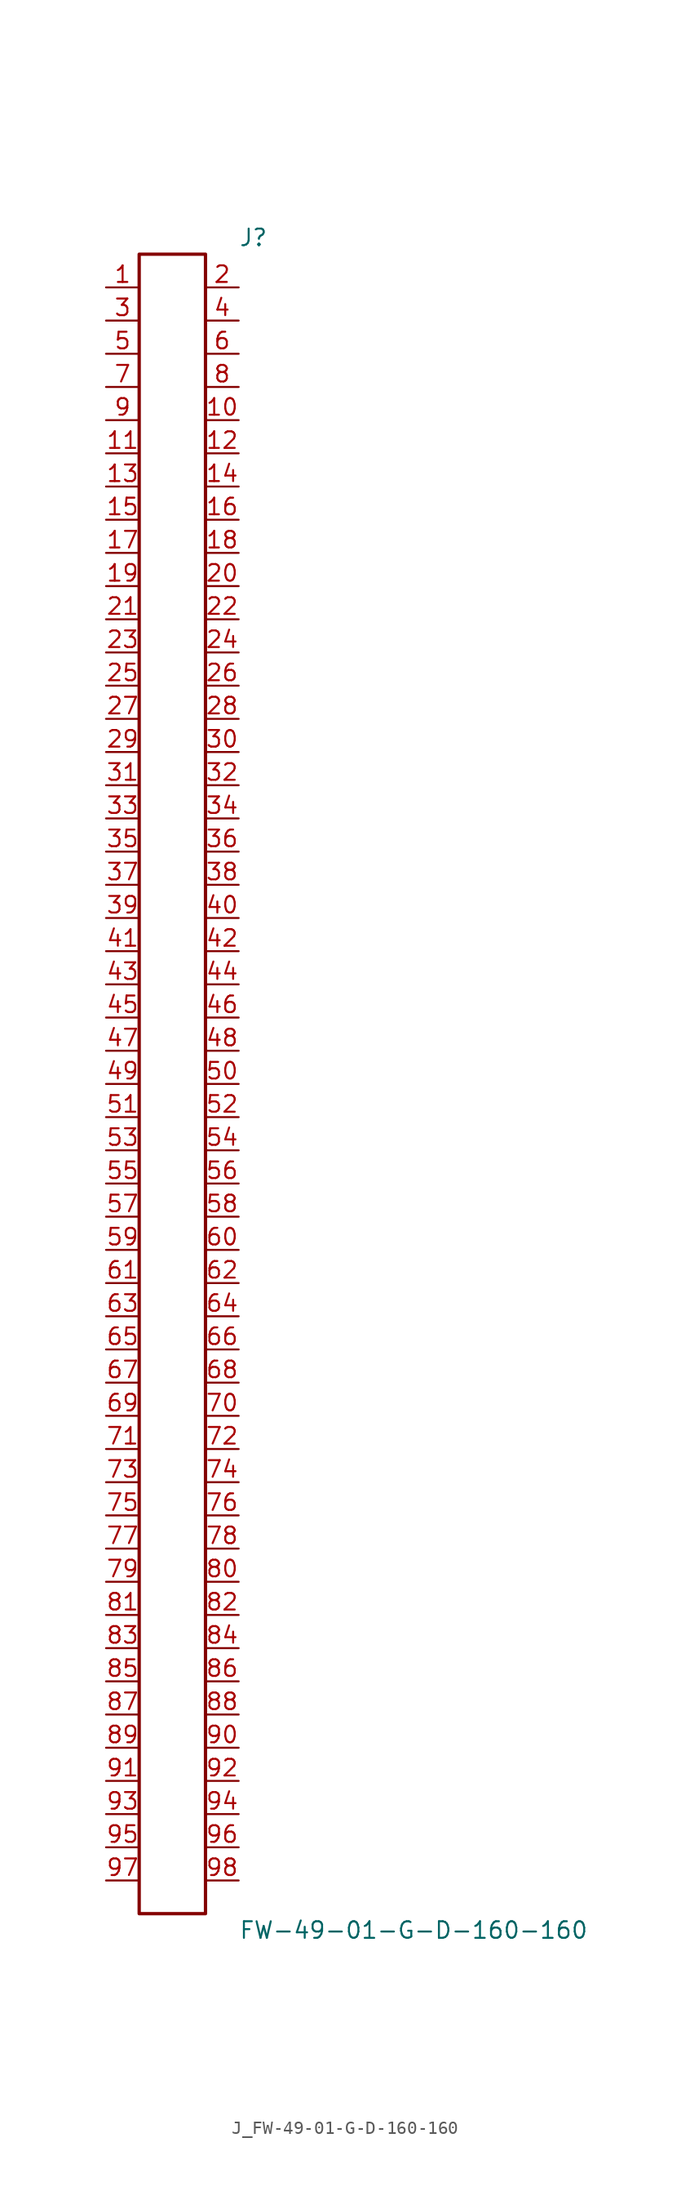
<source format=kicad_sym>
(kicad_symbol_lib
  (version 20231120)
  (generator kicad_symbol_editor)
  (generator_version 8.0)
  (symbol "J_FW-49-01-G-D-160-160"
    (pin_names
      (offset 0.254))
    (property "Reference" "J"
      (at 5.08 64.77 0)
      (effects (font (size 1.27 1.27)) (justify left)))
    (property "Value" "FW-49-01-G-D-160-160"
      (at 5.08 -64.77 0)
      (effects (font (size 1.27 1.27)) (justify left)))
    (symbol "J_FW-49-01-G-D-160-160_0_0"
      (pin unspecified line (at -5.08 60.96 0) (length 2.54) (name "" (effects (font (size 1.27 1.27)))) (number "1" (effects (font (size 1.27 1.27)))))
      (pin unspecified line (at 5.08 60.96 180) (length 2.54) (name "" (effects (font (size 1.27 1.27)))) (number "2" (effects (font (size 1.27 1.27)))))
      (pin unspecified line (at -5.08 58.42 0) (length 2.54) (name "" (effects (font (size 1.27 1.27)))) (number "3" (effects (font (size 1.27 1.27)))))
      (pin unspecified line (at 5.08 58.42 180) (length 2.54) (name "" (effects (font (size 1.27 1.27)))) (number "4" (effects (font (size 1.27 1.27)))))
      (pin unspecified line (at -5.08 55.88 0) (length 2.54) (name "" (effects (font (size 1.27 1.27)))) (number "5" (effects (font (size 1.27 1.27)))))
      (pin unspecified line (at 5.08 55.88 180) (length 2.54) (name "" (effects (font (size 1.27 1.27)))) (number "6" (effects (font (size 1.27 1.27)))))
      (pin unspecified line (at -5.08 53.34 0) (length 2.54) (name "" (effects (font (size 1.27 1.27)))) (number "7" (effects (font (size 1.27 1.27)))))
      (pin unspecified line (at 5.08 53.34 180) (length 2.54) (name "" (effects (font (size 1.27 1.27)))) (number "8" (effects (font (size 1.27 1.27)))))
      (pin unspecified line (at -5.08 50.8 0) (length 2.54) (name "" (effects (font (size 1.27 1.27)))) (number "9" (effects (font (size 1.27 1.27)))))
      (pin unspecified line (at 5.08 50.8 180) (length 2.54) (name "" (effects (font (size 1.27 1.27)))) (number "10" (effects (font (size 1.27 1.27)))))
      (pin unspecified line (at -5.08 48.26 0) (length 2.54) (name "" (effects (font (size 1.27 1.27)))) (number "11" (effects (font (size 1.27 1.27)))))
      (pin unspecified line (at 5.08 48.26 180) (length 2.54) (name "" (effects (font (size 1.27 1.27)))) (number "12" (effects (font (size 1.27 1.27)))))
      (pin unspecified line (at -5.08 45.72 0) (length 2.54) (name "" (effects (font (size 1.27 1.27)))) (number "13" (effects (font (size 1.27 1.27)))))
      (pin unspecified line (at 5.08 45.72 180) (length 2.54) (name "" (effects (font (size 1.27 1.27)))) (number "14" (effects (font (size 1.27 1.27)))))
      (pin unspecified line (at -5.08 43.18 0) (length 2.54) (name "" (effects (font (size 1.27 1.27)))) (number "15" (effects (font (size 1.27 1.27)))))
      (pin unspecified line (at 5.08 43.18 180) (length 2.54) (name "" (effects (font (size 1.27 1.27)))) (number "16" (effects (font (size 1.27 1.27)))))
      (pin unspecified line (at -5.08 40.64 0) (length 2.54) (name "" (effects (font (size 1.27 1.27)))) (number "17" (effects (font (size 1.27 1.27)))))
      (pin unspecified line (at 5.08 40.64 180) (length 2.54) (name "" (effects (font (size 1.27 1.27)))) (number "18" (effects (font (size 1.27 1.27)))))
      (pin unspecified line (at -5.08 38.1 0) (length 2.54) (name "" (effects (font (size 1.27 1.27)))) (number "19" (effects (font (size 1.27 1.27)))))
      (pin unspecified line (at 5.08 38.1 180) (length 2.54) (name "" (effects (font (size 1.27 1.27)))) (number "20" (effects (font (size 1.27 1.27)))))
      (pin unspecified line (at -5.08 35.56 0) (length 2.54) (name "" (effects (font (size 1.27 1.27)))) (number "21" (effects (font (size 1.27 1.27)))))
      (pin unspecified line (at 5.08 35.56 180) (length 2.54) (name "" (effects (font (size 1.27 1.27)))) (number "22" (effects (font (size 1.27 1.27)))))
      (pin unspecified line (at -5.08 33.02 0) (length 2.54) (name "" (effects (font (size 1.27 1.27)))) (number "23" (effects (font (size 1.27 1.27)))))
      (pin unspecified line (at 5.08 33.02 180) (length 2.54) (name "" (effects (font (size 1.27 1.27)))) (number "24" (effects (font (size 1.27 1.27)))))
      (pin unspecified line (at -5.08 30.48 0) (length 2.54) (name "" (effects (font (size 1.27 1.27)))) (number "25" (effects (font (size 1.27 1.27)))))
      (pin unspecified line (at 5.08 30.48 180) (length 2.54) (name "" (effects (font (size 1.27 1.27)))) (number "26" (effects (font (size 1.27 1.27)))))
      (pin unspecified line (at -5.08 27.94 0) (length 2.54) (name "" (effects (font (size 1.27 1.27)))) (number "27" (effects (font (size 1.27 1.27)))))
      (pin unspecified line (at 5.08 27.94 180) (length 2.54) (name "" (effects (font (size 1.27 1.27)))) (number "28" (effects (font (size 1.27 1.27)))))
      (pin unspecified line (at -5.08 25.4 0) (length 2.54) (name "" (effects (font (size 1.27 1.27)))) (number "29" (effects (font (size 1.27 1.27)))))
      (pin unspecified line (at 5.08 25.4 180) (length 2.54) (name "" (effects (font (size 1.27 1.27)))) (number "30" (effects (font (size 1.27 1.27)))))
      (pin unspecified line (at -5.08 22.86 0) (length 2.54) (name "" (effects (font (size 1.27 1.27)))) (number "31" (effects (font (size 1.27 1.27)))))
      (pin unspecified line (at 5.08 22.86 180) (length 2.54) (name "" (effects (font (size 1.27 1.27)))) (number "32" (effects (font (size 1.27 1.27)))))
      (pin unspecified line (at -5.08 20.32 0) (length 2.54) (name "" (effects (font (size 1.27 1.27)))) (number "33" (effects (font (size 1.27 1.27)))))
      (pin unspecified line (at 5.08 20.32 180) (length 2.54) (name "" (effects (font (size 1.27 1.27)))) (number "34" (effects (font (size 1.27 1.27)))))
      (pin unspecified line (at -5.08 17.78 0) (length 2.54) (name "" (effects (font (size 1.27 1.27)))) (number "35" (effects (font (size 1.27 1.27)))))
      (pin unspecified line (at 5.08 17.78 180) (length 2.54) (name "" (effects (font (size 1.27 1.27)))) (number "36" (effects (font (size 1.27 1.27)))))
      (pin unspecified line (at -5.08 15.24 0) (length 2.54) (name "" (effects (font (size 1.27 1.27)))) (number "37" (effects (font (size 1.27 1.27)))))
      (pin unspecified line (at 5.08 15.24 180) (length 2.54) (name "" (effects (font (size 1.27 1.27)))) (number "38" (effects (font (size 1.27 1.27)))))
      (pin unspecified line (at -5.08 12.7 0) (length 2.54) (name "" (effects (font (size 1.27 1.27)))) (number "39" (effects (font (size 1.27 1.27)))))
      (pin unspecified line (at 5.08 12.7 180) (length 2.54) (name "" (effects (font (size 1.27 1.27)))) (number "40" (effects (font (size 1.27 1.27)))))
      (pin unspecified line (at -5.08 10.16 0) (length 2.54) (name "" (effects (font (size 1.27 1.27)))) (number "41" (effects (font (size 1.27 1.27)))))
      (pin unspecified line (at 5.08 10.16 180) (length 2.54) (name "" (effects (font (size 1.27 1.27)))) (number "42" (effects (font (size 1.27 1.27)))))
      (pin unspecified line (at -5.08 7.62 0) (length 2.54) (name "" (effects (font (size 1.27 1.27)))) (number "43" (effects (font (size 1.27 1.27)))))
      (pin unspecified line (at 5.08 7.62 180) (length 2.54) (name "" (effects (font (size 1.27 1.27)))) (number "44" (effects (font (size 1.27 1.27)))))
      (pin unspecified line (at -5.08 5.08 0) (length 2.54) (name "" (effects (font (size 1.27 1.27)))) (number "45" (effects (font (size 1.27 1.27)))))
      (pin unspecified line (at 5.08 5.08 180) (length 2.54) (name "" (effects (font (size 1.27 1.27)))) (number "46" (effects (font (size 1.27 1.27)))))
      (pin unspecified line (at -5.08 2.54 0) (length 2.54) (name "" (effects (font (size 1.27 1.27)))) (number "47" (effects (font (size 1.27 1.27)))))
      (pin unspecified line (at 5.08 2.54 180) (length 2.54) (name "" (effects (font (size 1.27 1.27)))) (number "48" (effects (font (size 1.27 1.27)))))
      (pin unspecified line (at -5.08 0.0 0) (length 2.54) (name "" (effects (font (size 1.27 1.27)))) (number "49" (effects (font (size 1.27 1.27)))))
      (pin unspecified line (at 5.08 0.0 180) (length 2.54) (name "" (effects (font (size 1.27 1.27)))) (number "50" (effects (font (size 1.27 1.27)))))
      (pin unspecified line (at -5.08 -2.54 0) (length 2.54) (name "" (effects (font (size 1.27 1.27)))) (number "51" (effects (font (size 1.27 1.27)))))
      (pin unspecified line (at 5.08 -2.54 180) (length 2.54) (name "" (effects (font (size 1.27 1.27)))) (number "52" (effects (font (size 1.27 1.27)))))
      (pin unspecified line (at -5.08 -5.08 0) (length 2.54) (name "" (effects (font (size 1.27 1.27)))) (number "53" (effects (font (size 1.27 1.27)))))
      (pin unspecified line (at 5.08 -5.08 180) (length 2.54) (name "" (effects (font (size 1.27 1.27)))) (number "54" (effects (font (size 1.27 1.27)))))
      (pin unspecified line (at -5.08 -7.62 0) (length 2.54) (name "" (effects (font (size 1.27 1.27)))) (number "55" (effects (font (size 1.27 1.27)))))
      (pin unspecified line (at 5.08 -7.62 180) (length 2.54) (name "" (effects (font (size 1.27 1.27)))) (number "56" (effects (font (size 1.27 1.27)))))
      (pin unspecified line (at -5.08 -10.16 0) (length 2.54) (name "" (effects (font (size 1.27 1.27)))) (number "57" (effects (font (size 1.27 1.27)))))
      (pin unspecified line (at 5.08 -10.16 180) (length 2.54) (name "" (effects (font (size 1.27 1.27)))) (number "58" (effects (font (size 1.27 1.27)))))
      (pin unspecified line (at -5.08 -12.7 0) (length 2.54) (name "" (effects (font (size 1.27 1.27)))) (number "59" (effects (font (size 1.27 1.27)))))
      (pin unspecified line (at 5.08 -12.7 180) (length 2.54) (name "" (effects (font (size 1.27 1.27)))) (number "60" (effects (font (size 1.27 1.27)))))
      (pin unspecified line (at -5.08 -15.24 0) (length 2.54) (name "" (effects (font (size 1.27 1.27)))) (number "61" (effects (font (size 1.27 1.27)))))
      (pin unspecified line (at 5.08 -15.24 180) (length 2.54) (name "" (effects (font (size 1.27 1.27)))) (number "62" (effects (font (size 1.27 1.27)))))
      (pin unspecified line (at -5.08 -17.78 0) (length 2.54) (name "" (effects (font (size 1.27 1.27)))) (number "63" (effects (font (size 1.27 1.27)))))
      (pin unspecified line (at 5.08 -17.78 180) (length 2.54) (name "" (effects (font (size 1.27 1.27)))) (number "64" (effects (font (size 1.27 1.27)))))
      (pin unspecified line (at -5.08 -20.32 0) (length 2.54) (name "" (effects (font (size 1.27 1.27)))) (number "65" (effects (font (size 1.27 1.27)))))
      (pin unspecified line (at 5.08 -20.32 180) (length 2.54) (name "" (effects (font (size 1.27 1.27)))) (number "66" (effects (font (size 1.27 1.27)))))
      (pin unspecified line (at -5.08 -22.86 0) (length 2.54) (name "" (effects (font (size 1.27 1.27)))) (number "67" (effects (font (size 1.27 1.27)))))
      (pin unspecified line (at 5.08 -22.86 180) (length 2.54) (name "" (effects (font (size 1.27 1.27)))) (number "68" (effects (font (size 1.27 1.27)))))
      (pin unspecified line (at -5.08 -25.4 0) (length 2.54) (name "" (effects (font (size 1.27 1.27)))) (number "69" (effects (font (size 1.27 1.27)))))
      (pin unspecified line (at 5.08 -25.4 180) (length 2.54) (name "" (effects (font (size 1.27 1.27)))) (number "70" (effects (font (size 1.27 1.27)))))
      (pin unspecified line (at -5.08 -27.94 0) (length 2.54) (name "" (effects (font (size 1.27 1.27)))) (number "71" (effects (font (size 1.27 1.27)))))
      (pin unspecified line (at 5.08 -27.94 180) (length 2.54) (name "" (effects (font (size 1.27 1.27)))) (number "72" (effects (font (size 1.27 1.27)))))
      (pin unspecified line (at -5.08 -30.48 0) (length 2.54) (name "" (effects (font (size 1.27 1.27)))) (number "73" (effects (font (size 1.27 1.27)))))
      (pin unspecified line (at 5.08 -30.48 180) (length 2.54) (name "" (effects (font (size 1.27 1.27)))) (number "74" (effects (font (size 1.27 1.27)))))
      (pin unspecified line (at -5.08 -33.02 0) (length 2.54) (name "" (effects (font (size 1.27 1.27)))) (number "75" (effects (font (size 1.27 1.27)))))
      (pin unspecified line (at 5.08 -33.02 180) (length 2.54) (name "" (effects (font (size 1.27 1.27)))) (number "76" (effects (font (size 1.27 1.27)))))
      (pin unspecified line (at -5.08 -35.56 0) (length 2.54) (name "" (effects (font (size 1.27 1.27)))) (number "77" (effects (font (size 1.27 1.27)))))
      (pin unspecified line (at 5.08 -35.56 180) (length 2.54) (name "" (effects (font (size 1.27 1.27)))) (number "78" (effects (font (size 1.27 1.27)))))
      (pin unspecified line (at -5.08 -38.1 0) (length 2.54) (name "" (effects (font (size 1.27 1.27)))) (number "79" (effects (font (size 1.27 1.27)))))
      (pin unspecified line (at 5.08 -38.1 180) (length 2.54) (name "" (effects (font (size 1.27 1.27)))) (number "80" (effects (font (size 1.27 1.27)))))
      (pin unspecified line (at -5.08 -40.64 0) (length 2.54) (name "" (effects (font (size 1.27 1.27)))) (number "81" (effects (font (size 1.27 1.27)))))
      (pin unspecified line (at 5.08 -40.64 180) (length 2.54) (name "" (effects (font (size 1.27 1.27)))) (number "82" (effects (font (size 1.27 1.27)))))
      (pin unspecified line (at -5.08 -43.18 0) (length 2.54) (name "" (effects (font (size 1.27 1.27)))) (number "83" (effects (font (size 1.27 1.27)))))
      (pin unspecified line (at 5.08 -43.18 180) (length 2.54) (name "" (effects (font (size 1.27 1.27)))) (number "84" (effects (font (size 1.27 1.27)))))
      (pin unspecified line (at -5.08 -45.72 0) (length 2.54) (name "" (effects (font (size 1.27 1.27)))) (number "85" (effects (font (size 1.27 1.27)))))
      (pin unspecified line (at 5.08 -45.72 180) (length 2.54) (name "" (effects (font (size 1.27 1.27)))) (number "86" (effects (font (size 1.27 1.27)))))
      (pin unspecified line (at -5.08 -48.26 0) (length 2.54) (name "" (effects (font (size 1.27 1.27)))) (number "87" (effects (font (size 1.27 1.27)))))
      (pin unspecified line (at 5.08 -48.26 180) (length 2.54) (name "" (effects (font (size 1.27 1.27)))) (number "88" (effects (font (size 1.27 1.27)))))
      (pin unspecified line (at -5.08 -50.8 0) (length 2.54) (name "" (effects (font (size 1.27 1.27)))) (number "89" (effects (font (size 1.27 1.27)))))
      (pin unspecified line (at 5.08 -50.8 180) (length 2.54) (name "" (effects (font (size 1.27 1.27)))) (number "90" (effects (font (size 1.27 1.27)))))
      (pin unspecified line (at -5.08 -53.34 0) (length 2.54) (name "" (effects (font (size 1.27 1.27)))) (number "91" (effects (font (size 1.27 1.27)))))
      (pin unspecified line (at 5.08 -53.34 180) (length 2.54) (name "" (effects (font (size 1.27 1.27)))) (number "92" (effects (font (size 1.27 1.27)))))
      (pin unspecified line (at -5.08 -55.88 0) (length 2.54) (name "" (effects (font (size 1.27 1.27)))) (number "93" (effects (font (size 1.27 1.27)))))
      (pin unspecified line (at 5.08 -55.88 180) (length 2.54) (name "" (effects (font (size 1.27 1.27)))) (number "94" (effects (font (size 1.27 1.27)))))
      (pin unspecified line (at -5.08 -58.42 0) (length 2.54) (name "" (effects (font (size 1.27 1.27)))) (number "95" (effects (font (size 1.27 1.27)))))
      (pin unspecified line (at 5.08 -58.42 180) (length 2.54) (name "" (effects (font (size 1.27 1.27)))) (number "96" (effects (font (size 1.27 1.27)))))
      (pin unspecified line (at -5.08 -60.96 0) (length 2.54) (name "" (effects (font (size 1.27 1.27)))) (number "97" (effects (font (size 1.27 1.27)))))
      (pin unspecified line (at 5.08 -60.96 180) (length 2.54) (name "" (effects (font (size 1.27 1.27)))) (number "98" (effects (font (size 1.27 1.27))))))
    (symbol "J_FW-49-01-G-D-160-160_1_0"
      (rectangle (start -2.54 63.5) (end 2.54 -63.5) (stroke (width 0.254) (type solid)) (fill (type none))))))
</source>
